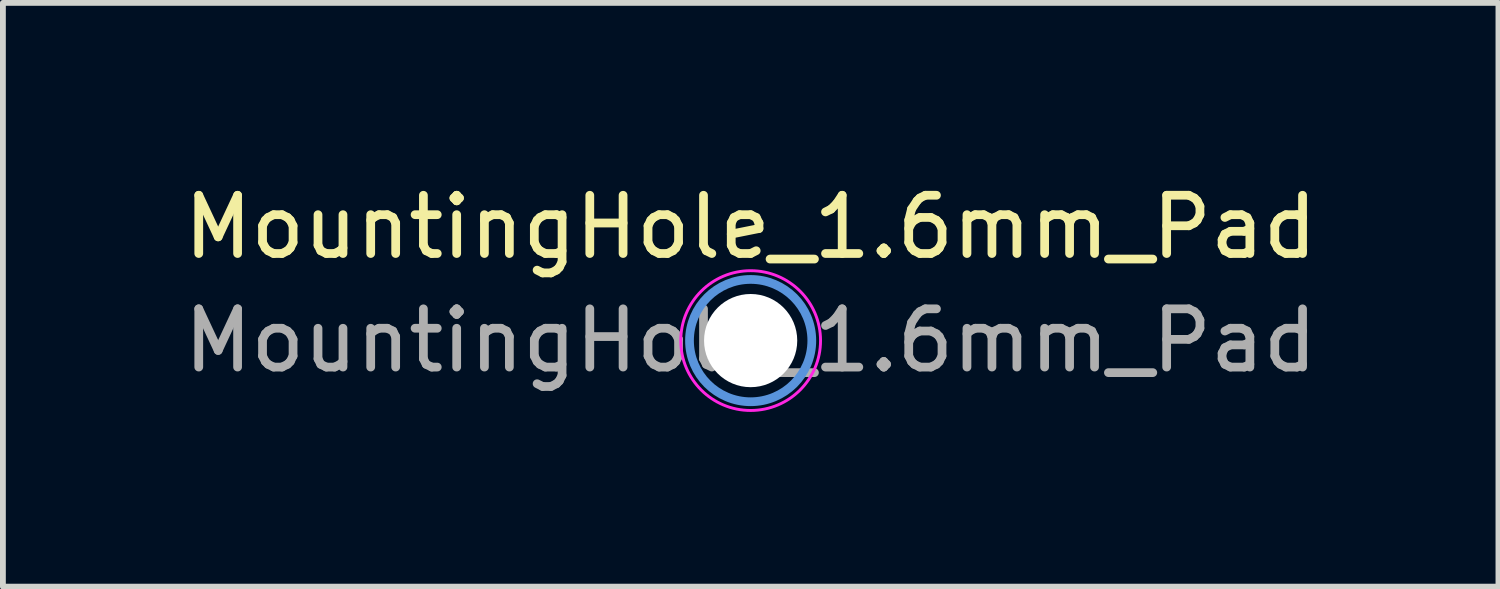
<source format=kicad_pcb>
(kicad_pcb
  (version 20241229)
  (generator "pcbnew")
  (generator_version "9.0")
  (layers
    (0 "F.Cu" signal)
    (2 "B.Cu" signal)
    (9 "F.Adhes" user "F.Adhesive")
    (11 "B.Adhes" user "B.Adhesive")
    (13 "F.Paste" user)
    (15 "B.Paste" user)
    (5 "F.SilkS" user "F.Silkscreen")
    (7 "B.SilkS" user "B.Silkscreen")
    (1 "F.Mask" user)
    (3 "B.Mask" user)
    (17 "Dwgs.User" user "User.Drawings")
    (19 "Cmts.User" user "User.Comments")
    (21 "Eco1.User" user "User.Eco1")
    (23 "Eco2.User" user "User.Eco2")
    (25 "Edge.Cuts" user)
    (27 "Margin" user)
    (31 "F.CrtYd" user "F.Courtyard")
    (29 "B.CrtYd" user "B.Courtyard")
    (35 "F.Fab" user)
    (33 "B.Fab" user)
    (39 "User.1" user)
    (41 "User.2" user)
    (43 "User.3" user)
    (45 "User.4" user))
  (footprint "MountingHole_1.6mm_Pad"
    (layer "F.Cu")
    (at 9.839 2.798)
    (property "Reference" "MountingHole_1.6mm_Pad" (at 0 -1.95 0) (layer "F.SilkS") (effects (font (size 1 1) (thickness 0.15))))
    (attr exclude_from_pos_files exclude_from_bom)
    (fp_circle (center 0 0) (end 1.05 0) (stroke (width 0.15) (type solid)) (fill no) (layer "Cmts.User"))
    (fp_circle (center 0 0) (end 1.2 0) (stroke (width 0.05) (type solid)) (fill no) (layer "F.CrtYd"))
    (fp_text user "${REFERENCE}" (at 0 0 0) (layer "F.Fab") (effects (font (size 1 1) (thickness 0.15))))
    (pad "1" thru_hole circle (at 0 0) (size 2.3 2.3) (drill 1.6) (layers "*.Cu" "*.Mask") (remove_unused_layers yes) (zone_layer_connections)))
  (gr_rect
    (start -3 -3)
    (end 22.679 7.023)
    (stroke (width 0.1) (type default))
    (fill no)
    (layer "Edge.Cuts")))
</source>
